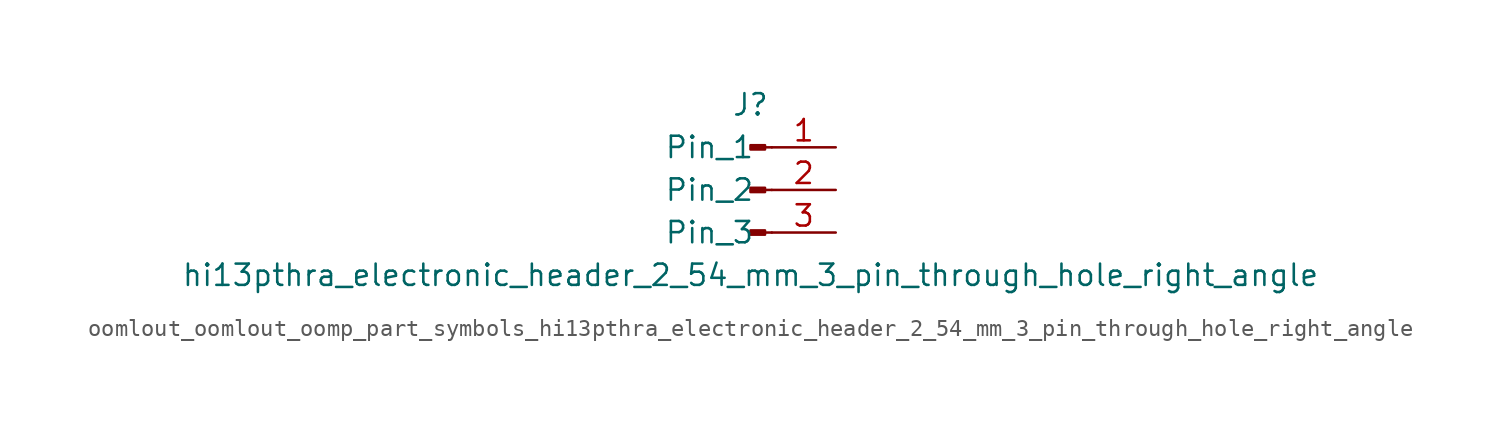
<source format=kicad_sym>
(kicad_symbol_lib
  (version 20220914)
  (generator kicad_symbol_editor)
  (symbol "oomlout_oomlout_oomp_part_symbols_hi13pthra_electronic_header_2_54_mm_3_pin_through_hole_right_angle"
    (pin_names
      (offset 1.016))
    (property "Reference" "J"
      (at 0 5.08 0)
      (effects (font (size 1.27 1.27))))
    (property "Value" "hi13pthra_electronic_header_2_54_mm_3_pin_through_hole_right_angle"
      (at 0 -5.08 0)
      (effects (font (size 1.27 1.27))))
    (property "ki_locked" ""
      (at 0 0 0)
      (effects (font (size 1.27 1.27))))
    (symbol "oomlout_oomlout_oomp_part_symbols_hi13pthra_electronic_header_2_54_mm_3_pin_through_hole_right_angle_1_1"
      (polyline (pts (xy 1.27 -2.54) (xy 0.864 -2.54)) (stroke (width 0.152) (type default)) (fill (type none)))
      (polyline (pts (xy 1.27 0) (xy 0.864 0)) (stroke (width 0.152) (type default)) (fill (type none)))
      (polyline (pts (xy 1.27 2.54) (xy 0.864 2.54)) (stroke (width 0.152) (type default)) (fill (type none)))
      (rectangle (start 0.864 -2.413) (end 0 -2.667) (stroke (width 0.152) (type default)) (fill (type outline)))
      (rectangle (start 0.864 0.127) (end 0 -0.127) (stroke (width 0.152) (type default)) (fill (type outline)))
      (rectangle (start 0.864 2.667) (end 0 2.413) (stroke (width 0.152) (type default)) (fill (type outline)))
      (pin passive line (at 5.08 2.54 180) (length 3.81) (name "Pin_1" (effects (font (size 1.27 1.27)))) (number "1" (effects (font (size 1.27 1.27)))))
      (pin passive line (at 5.08 0 180) (length 3.81) (name "Pin_2" (effects (font (size 1.27 1.27)))) (number "2" (effects (font (size 1.27 1.27)))))
      (pin passive line (at 5.08 -2.54 180) (length 3.81) (name "Pin_3" (effects (font (size 1.27 1.27)))) (number "3" (effects (font (size 1.27 1.27))))))))
</source>
